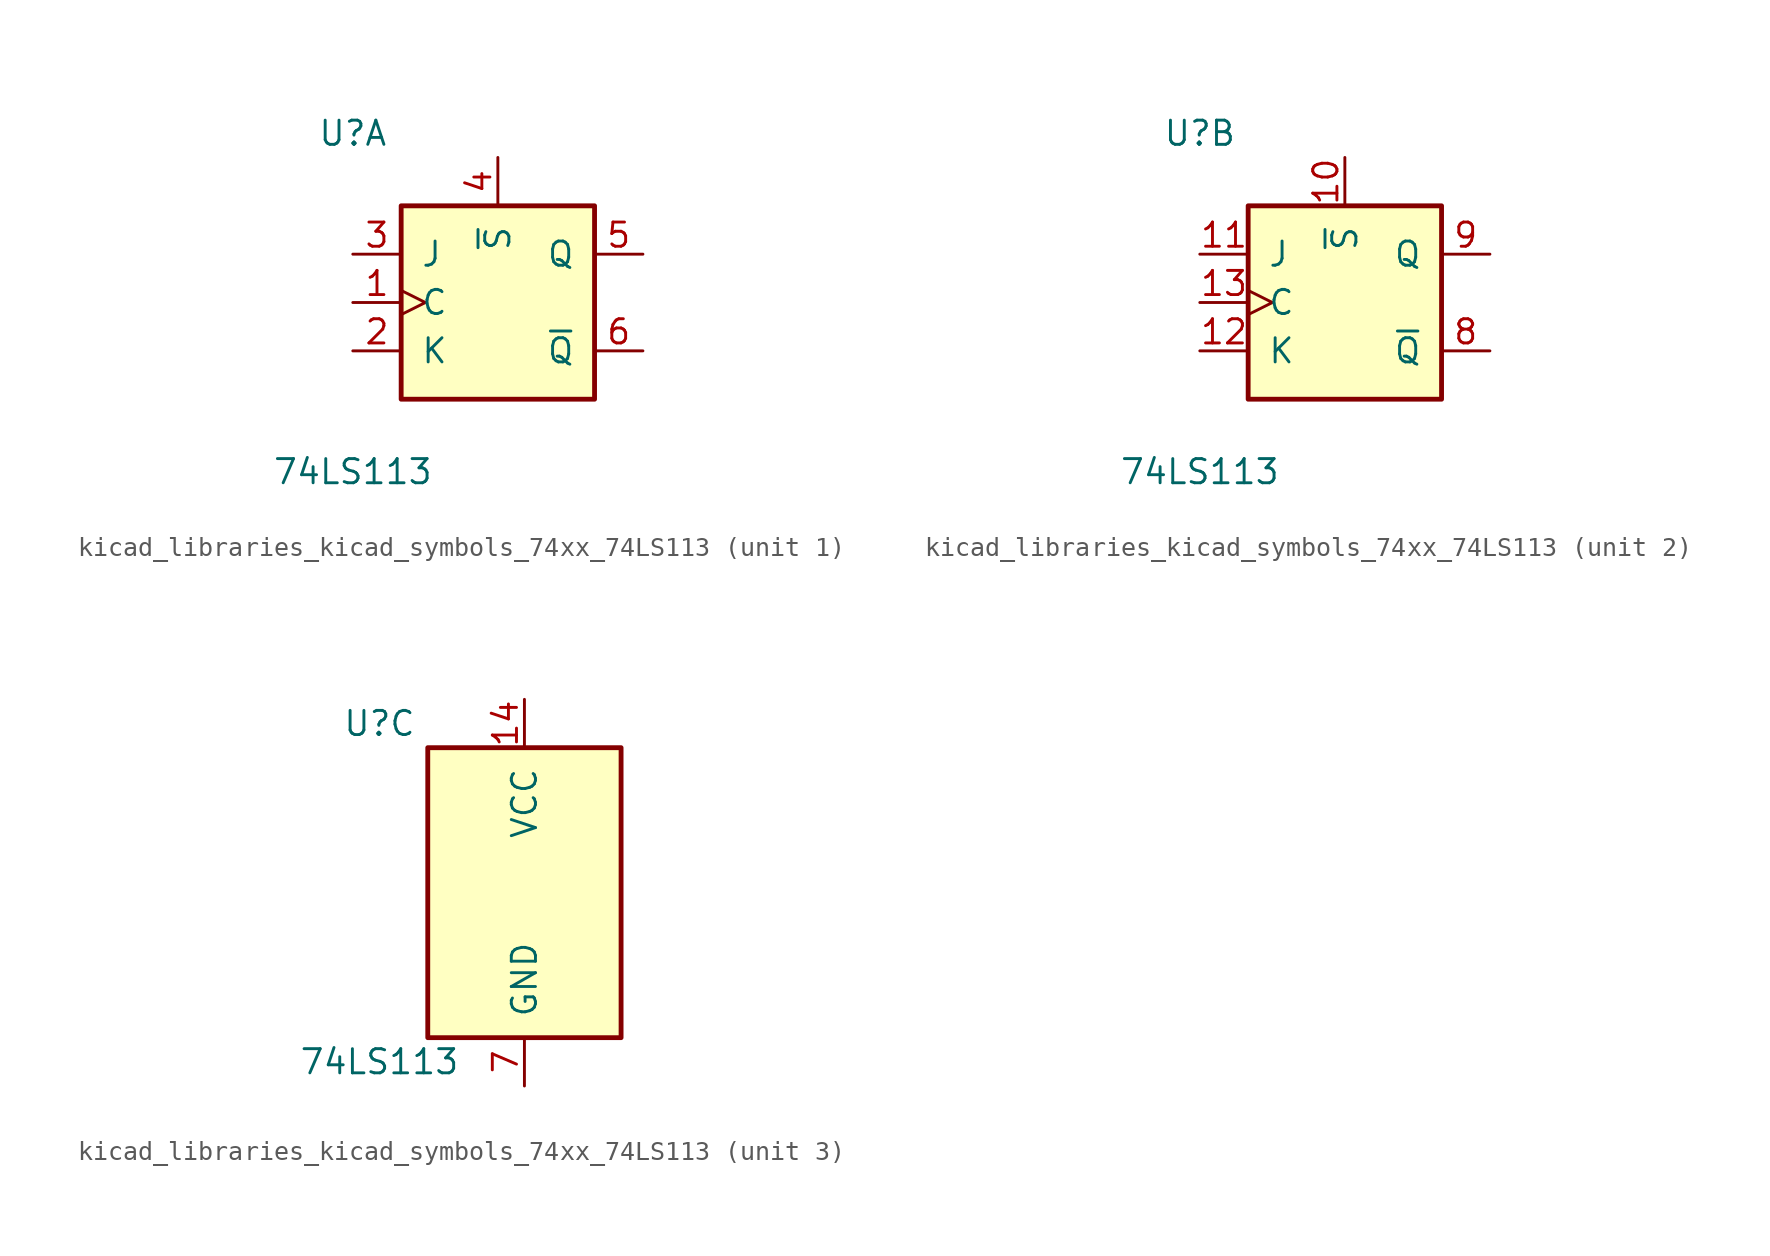
<source format=kicad_sym>
(kicad_symbol_lib
  (version 20220914)
  (generator kicad_symbol_editor)
  (symbol "kicad_libraries_kicad_symbols_74xx_74LS113"
    (pin_names
      (offset 1.016))
    (property "Reference" "U"
      (at -7.62 8.89 0)
      (effects (font (size 1.27 1.27))))
    (property "Value" "74LS113"
      (at -7.62 -8.89 0)
      (effects (font (size 1.27 1.27))))
    (property "ki_locked" ""
      (at 0 0 0)
      (effects (font (size 1.27 1.27))))
    (symbol "kicad_libraries_kicad_symbols_74xx_74LS113_1_0"
      (pin input clock (at -7.62 0 0) (length 2.54) (name "C" (effects (font (size 1.27 1.27)))) (number "1" (effects (font (size 1.27 1.27)))))
      (pin input line (at -7.62 -2.54 0) (length 2.54) (name "K" (effects (font (size 1.27 1.27)))) (number "2" (effects (font (size 1.27 1.27)))))
      (pin input line (at -7.62 2.54 0) (length 2.54) (name "J" (effects (font (size 1.27 1.27)))) (number "3" (effects (font (size 1.27 1.27)))))
      (pin input line (at 0 7.62 270) (length 2.54) (name "~{S}" (effects (font (size 1.27 1.27)))) (number "4" (effects (font (size 1.27 1.27)))))
      (pin output line (at 7.62 2.54 180) (length 2.54) (name "Q" (effects (font (size 1.27 1.27)))) (number "5" (effects (font (size 1.27 1.27)))))
      (pin output line (at 7.62 -2.54 180) (length 2.54) (name "~{Q}" (effects (font (size 1.27 1.27)))) (number "6" (effects (font (size 1.27 1.27))))))
    (symbol "kicad_libraries_kicad_symbols_74xx_74LS113_1_1"
      (rectangle (start -5.08 5.08) (end 5.08 -5.08) (stroke (width 0.254) (type default)) (fill (type background))))
    (symbol "kicad_libraries_kicad_symbols_74xx_74LS113_2_0"
      (pin input line (at 0 7.62 270) (length 2.54) (name "~{S}" (effects (font (size 1.27 1.27)))) (number "10" (effects (font (size 1.27 1.27)))))
      (pin input line (at -7.62 2.54 0) (length 2.54) (name "J" (effects (font (size 1.27 1.27)))) (number "11" (effects (font (size 1.27 1.27)))))
      (pin input line (at -7.62 -2.54 0) (length 2.54) (name "K" (effects (font (size 1.27 1.27)))) (number "12" (effects (font (size 1.27 1.27)))))
      (pin input clock (at -7.62 0 0) (length 2.54) (name "C" (effects (font (size 1.27 1.27)))) (number "13" (effects (font (size 1.27 1.27)))))
      (pin output line (at 7.62 -2.54 180) (length 2.54) (name "~{Q}" (effects (font (size 1.27 1.27)))) (number "8" (effects (font (size 1.27 1.27)))))
      (pin output line (at 7.62 2.54 180) (length 2.54) (name "Q" (effects (font (size 1.27 1.27)))) (number "9" (effects (font (size 1.27 1.27))))))
    (symbol "kicad_libraries_kicad_symbols_74xx_74LS113_2_1"
      (rectangle (start -5.08 5.08) (end 5.08 -5.08) (stroke (width 0.254) (type default)) (fill (type background))))
    (symbol "kicad_libraries_kicad_symbols_74xx_74LS113_3_0"
      (pin power_in line (at 0 10.16 270) (length 2.54) (name "VCC" (effects (font (size 1.27 1.27)))) (number "14" (effects (font (size 1.27 1.27)))))
      (pin power_in line (at 0 -10.16 90) (length 2.54) (name "GND" (effects (font (size 1.27 1.27)))) (number "7" (effects (font (size 1.27 1.27))))))
    (symbol "kicad_libraries_kicad_symbols_74xx_74LS113_3_1"
      (rectangle (start -5.08 7.62) (end 5.08 -7.62) (stroke (width 0.254) (type default)) (fill (type background))))))
</source>
